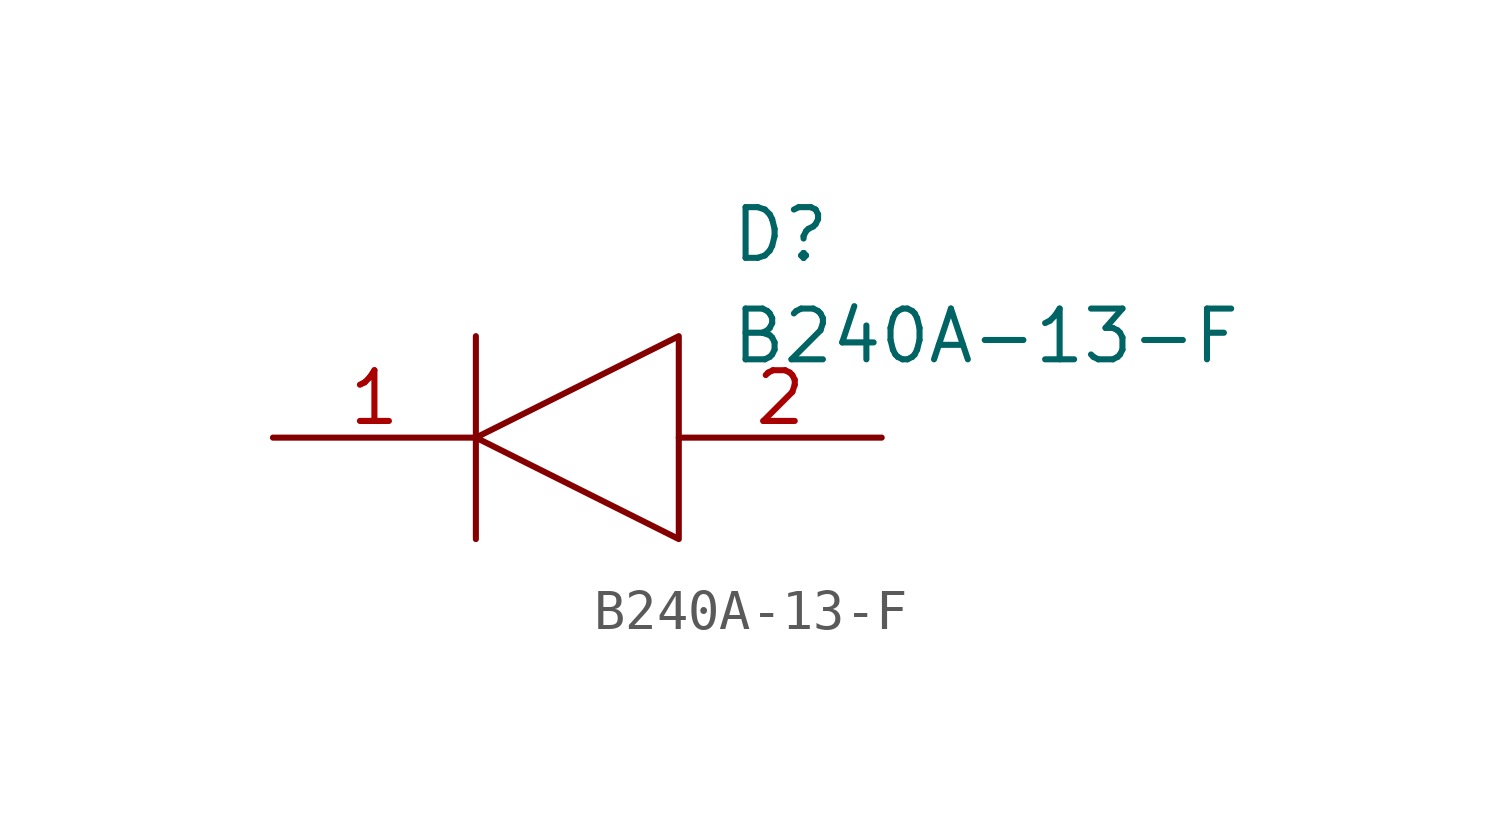
<source format=kicad_sym>
(kicad_symbol_lib
  (version 20220914)
  (generator kicad_symbol_editor)
  (symbol "B240A-13-F"
    (pin_names
      (offset 0.762))
    (property "Reference" "D"
      (at 11.43 5.08 0)
      (effects (font (size 1.27 1.27)) (justify left)))
    (property "Value" "B240A-13-F"
      (at 11.43 2.54 0)
      (effects (font (size 1.27 1.27)) (justify left)))
    (symbol "B240A-13-F_0_0"
      (pin passive line (at 0 0 0) (length 5.08) (name "~" (effects (font (size 1.27 1.27)))) (number "1" (effects (font (size 1.27 1.27)))))
      (pin passive line (at 15.24 0 180) (length 5.08) (name "~" (effects (font (size 1.27 1.27)))) (number "2" (effects (font (size 1.27 1.27))))))
    (symbol "B240A-13-F_0_1"
      (polyline (pts (xy 5.08 2.54) (xy 5.08 -2.54)) (stroke (width 0.152) (type solid)) (fill (type none)))
      (polyline (pts (xy 5.08 0) (xy 10.16 2.54) (xy 10.16 -2.54) (xy 5.08 0)) (stroke (width 0.152) (type solid)) (fill (type none))))))
</source>
